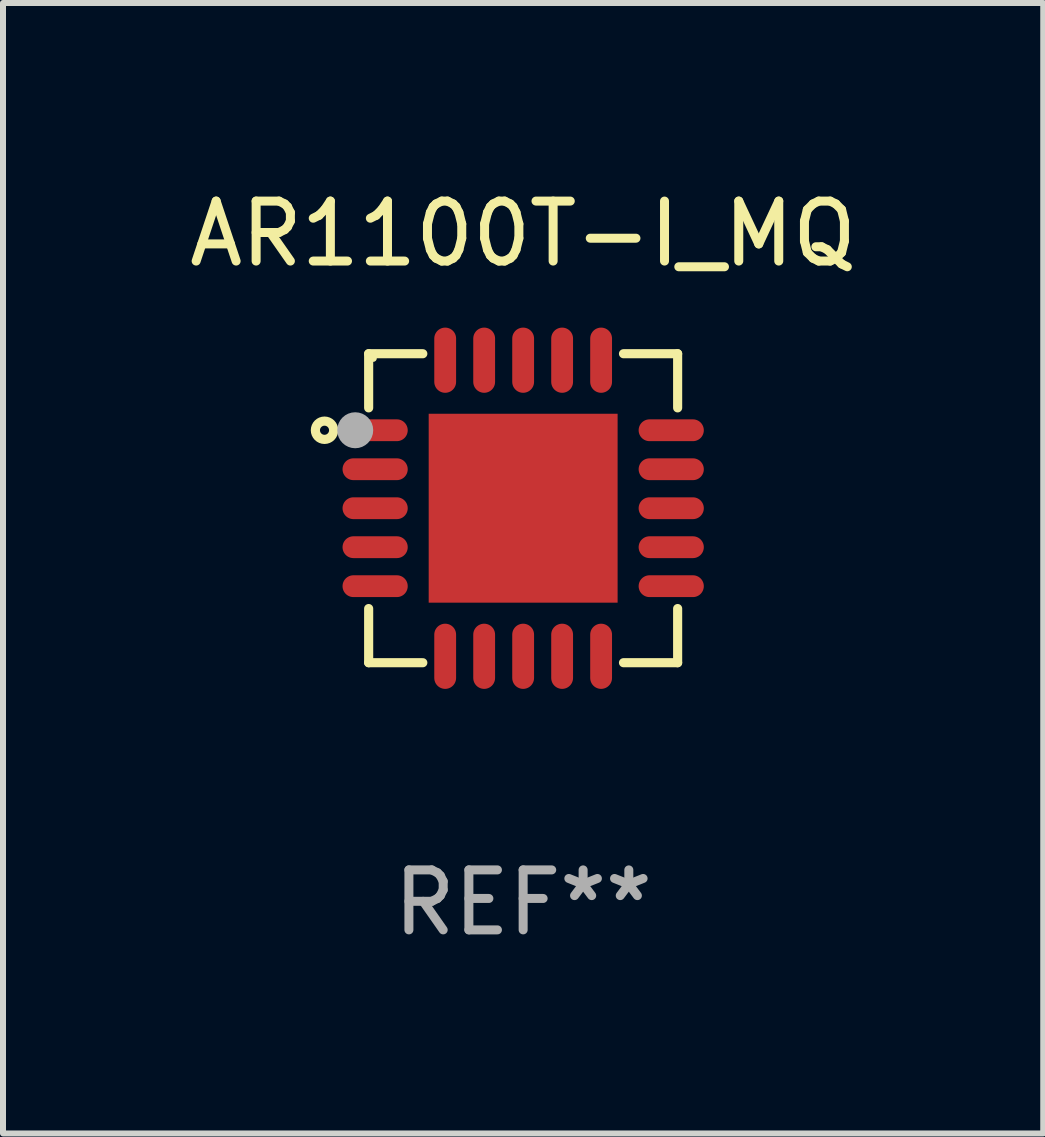
<source format=kicad_pcb>
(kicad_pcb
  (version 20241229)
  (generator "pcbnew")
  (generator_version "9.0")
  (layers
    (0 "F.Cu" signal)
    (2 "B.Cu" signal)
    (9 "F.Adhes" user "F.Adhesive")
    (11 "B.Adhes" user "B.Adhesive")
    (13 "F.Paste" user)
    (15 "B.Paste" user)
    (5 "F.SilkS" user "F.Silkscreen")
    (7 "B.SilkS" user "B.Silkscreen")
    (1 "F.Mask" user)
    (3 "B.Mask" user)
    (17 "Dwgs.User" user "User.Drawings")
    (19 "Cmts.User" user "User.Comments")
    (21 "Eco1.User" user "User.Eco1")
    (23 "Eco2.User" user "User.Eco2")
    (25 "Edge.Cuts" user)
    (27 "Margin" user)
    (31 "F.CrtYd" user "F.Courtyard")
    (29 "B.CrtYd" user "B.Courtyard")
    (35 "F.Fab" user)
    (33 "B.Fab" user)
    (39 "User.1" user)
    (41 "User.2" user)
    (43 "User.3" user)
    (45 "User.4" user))
  (footprint "AR1100T-I_MQ"
    (layer "F.Cu")
    (at 5.673 5.424)
    (property "Reference" "AR1100T-I_MQ" (at 0 -4.576 0) (layer "F.SilkS") (effects (font (size 1 1) (thickness 0.15))))
    (attr through_hole)
    (fp_line (start -2.576 -2.576) (end -2.576 -1.673) (stroke (width 0.152) (type solid)) (layer "F.SilkS"))
    (fp_line (start -2.576 2.576) (end -2.576 1.673) (stroke (width 0.152) (type solid)) (layer "F.SilkS"))
    (fp_line (start -1.673 -2.576) (end -2.576 -2.576) (stroke (width 0.152) (type solid)) (layer "F.SilkS"))
    (fp_line (start -1.673 2.576) (end -2.576 2.576) (stroke (width 0.152) (type solid)) (layer "F.SilkS"))
    (fp_line (start 1.673 -2.576) (end 2.576 -2.576) (stroke (width 0.152) (type solid)) (layer "F.SilkS"))
    (fp_line (start 1.673 2.576) (end 2.576 2.576) (stroke (width 0.152) (type solid)) (layer "F.SilkS"))
    (fp_line (start 2.576 -2.576) (end 2.576 -1.673) (stroke (width 0.152) (type solid)) (layer "F.SilkS"))
    (fp_line (start 2.576 2.576) (end 2.576 1.673) (stroke (width 0.152) (type solid)) (layer "F.SilkS"))
    (fp_circle (center -3.312 -1.3) (end -3.236 -1.3) (stroke (width 0.153) (type solid)) (fill no) (layer "F.SilkS"))
    (fp_circle (center -2.5 -2.5) (end -2.47 -2.5) (stroke (width 0.06) (type solid)) (fill no) (layer "F.SilkS"))
    (fp_circle (center -2.8 -1.3) (end -2.65 -1.3) (stroke (width 0.3) (type solid)) (fill no) (layer "F.Fab"))
    (fp_text user "REF**" (at 0 6.576 0) (layer "F.Fab") (effects (font (size 1 1) (thickness 0.15))))
    (pad "1" smd oval (at -2.468 -1.3) (size 1.087 0.364) (layers "F.Cu" "F.Mask" "F.Paste"))
    (pad "2" smd oval (at -2.468 -0.65) (size 1.087 0.364) (layers "F.Cu" "F.Mask" "F.Paste"))
    (pad "3" smd oval (at -2.468 -0.000013) (size 1.087 0.364) (layers "F.Cu" "F.Mask" "F.Paste"))
    (pad "4" smd oval (at -2.468 0.65) (size 1.087 0.364) (layers "F.Cu" "F.Mask" "F.Paste"))
    (pad "5" smd oval (at -2.468 1.3) (size 1.087 0.364) (layers "F.Cu" "F.Mask" "F.Paste"))
    (pad "6" smd oval (at -1.3 2.469) (size 0.364 1.087) (layers "F.Cu" "F.Mask" "F.Paste"))
    (pad "7" smd oval (at -0.65 2.469) (size 0.364 1.087) (layers "F.Cu" "F.Mask" "F.Paste"))
    (pad "8" smd oval (at 0.000013 2.469) (size 0.364 1.087) (layers "F.Cu" "F.Mask" "F.Paste"))
    (pad "9" smd oval (at 0.65 2.469) (size 0.364 1.087) (layers "F.Cu" "F.Mask" "F.Paste"))
    (pad "10" smd oval (at 1.3 2.469) (size 0.364 1.087) (layers "F.Cu" "F.Mask" "F.Paste"))
    (pad "11" smd oval (at 2.469 1.3) (size 1.087 0.364) (layers "F.Cu" "F.Mask" "F.Paste"))
    (pad "12" smd oval (at 2.469 0.65) (size 1.087 0.364) (layers "F.Cu" "F.Mask" "F.Paste"))
    (pad "13" smd oval (at 2.469 -0.000013) (size 1.087 0.364) (layers "F.Cu" "F.Mask" "F.Paste"))
    (pad "14" smd oval (at 2.469 -0.65) (size 1.087 0.364) (layers "F.Cu" "F.Mask" "F.Paste"))
    (pad "15" smd oval (at 2.469 -1.3) (size 1.087 0.364) (layers "F.Cu" "F.Mask" "F.Paste"))
    (pad "16" smd oval (at 1.3 -2.468) (size 0.364 1.087) (layers "F.Cu" "F.Mask" "F.Paste"))
    (pad "17" smd oval (at 0.65 -2.468) (size 0.364 1.087) (layers "F.Cu" "F.Mask" "F.Paste"))
    (pad "18" smd oval (at 0.000013 -2.468) (size 0.364 1.087) (layers "F.Cu" "F.Mask" "F.Paste"))
    (pad "19" smd oval (at -0.65 -2.468) (size 0.364 1.087) (layers "F.Cu" "F.Mask" "F.Paste"))
    (pad "20" smd oval (at -1.3 -2.468) (size 0.364 1.087) (layers "F.Cu" "F.Mask" "F.Paste"))
    (pad "21" smd rect (at 0.000013 -0.000013) (size 3.15 3.15) (layers "F.Cu" "F.Mask" "F.Paste")))
  (gr_rect
    (start -3 -3)
    (end 14.345 15.849)
    (stroke (width 0.1) (type default))
    (fill no)
    (layer "Edge.Cuts")))
</source>
